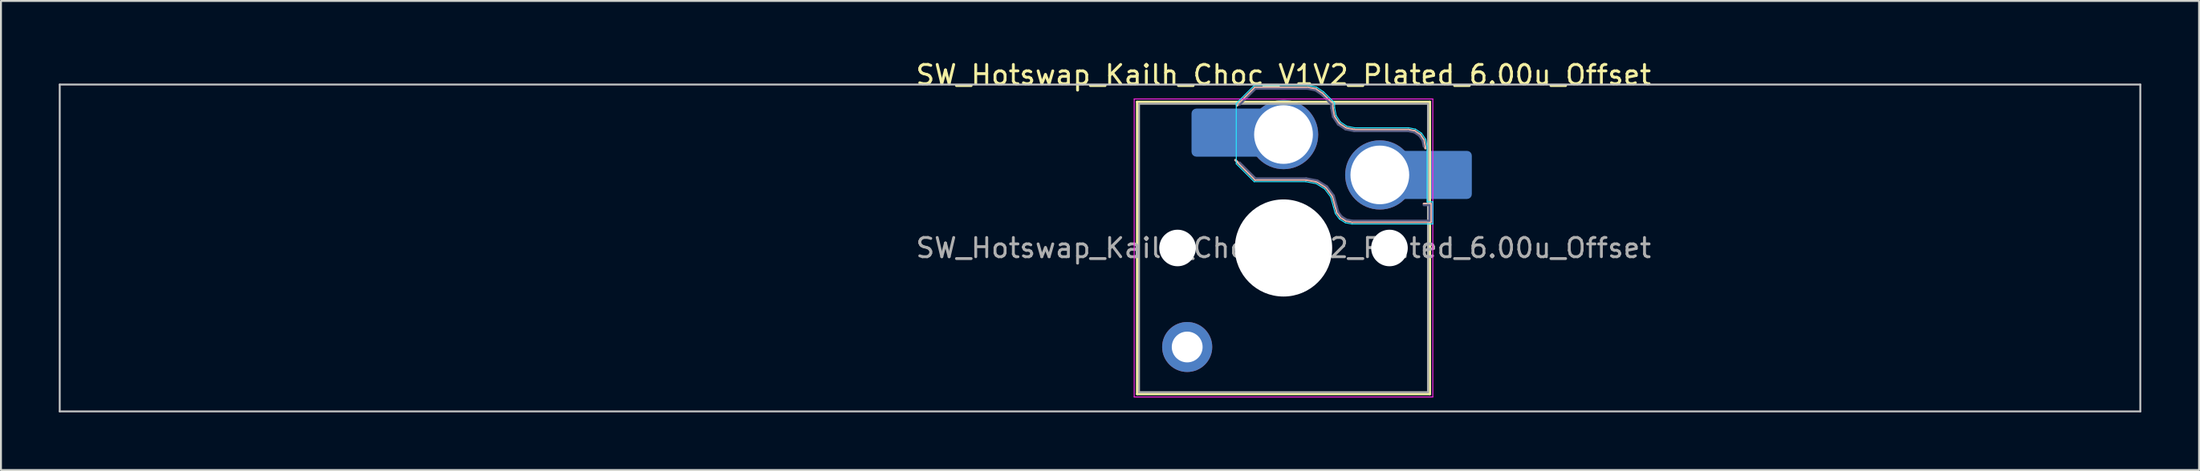
<source format=kicad_pcb>
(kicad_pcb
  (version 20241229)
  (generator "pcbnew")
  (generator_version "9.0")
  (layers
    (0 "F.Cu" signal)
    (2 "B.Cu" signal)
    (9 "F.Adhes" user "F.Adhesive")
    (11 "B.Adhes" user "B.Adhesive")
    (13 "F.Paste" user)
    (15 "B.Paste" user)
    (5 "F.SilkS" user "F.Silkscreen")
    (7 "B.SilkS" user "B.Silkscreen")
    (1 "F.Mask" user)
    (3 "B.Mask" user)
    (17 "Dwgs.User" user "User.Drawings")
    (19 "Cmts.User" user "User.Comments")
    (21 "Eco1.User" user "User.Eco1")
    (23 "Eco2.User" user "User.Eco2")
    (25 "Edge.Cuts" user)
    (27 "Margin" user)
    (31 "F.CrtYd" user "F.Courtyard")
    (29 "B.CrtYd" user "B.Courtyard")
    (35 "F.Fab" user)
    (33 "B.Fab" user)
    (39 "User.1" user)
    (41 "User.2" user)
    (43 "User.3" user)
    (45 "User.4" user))
  (footprint "SW_Hotswap_Kailh_Choc_V1V2_Plated_6.00u_Offset"
    (layer "F.Cu")
    (at 63.575 9.848)
    (property "Reference" "SW_Hotswap_Kailh_Choc_V1V2_Plated_6.00u_Offset" (at 0 -9 0) (layer "F.SilkS") (effects (font (size 1 1) (thickness 0.15))))
    (attr smd)
    (fp_line (start -7.6 -7.6) (end -7.6 7.6) (stroke (width 0.12) (type solid)) (layer "F.SilkS"))
    (fp_line (start -7.6 7.6) (end 7.6 7.6) (stroke (width 0.12) (type solid)) (layer "F.SilkS"))
    (fp_line (start 7.6 -7.6) (end -7.6 -7.6) (stroke (width 0.12) (type solid)) (layer "F.SilkS"))
    (fp_line (start 7.6 7.6) (end 7.6 -7.6) (stroke (width 0.12) (type solid)) (layer "F.SilkS"))
    (fp_line (start -2.416 -7.409) (end -1.479 -8.346) (stroke (width 0.12) (type solid)) (layer "B.SilkS"))
    (fp_line (start -1.479 -8.346) (end 1.268 -8.346) (stroke (width 0.12) (type solid)) (layer "B.SilkS"))
    (fp_line (start -1.479 -3.554) (end -2.5 -4.575) (stroke (width 0.12) (type solid)) (layer "B.SilkS"))
    (fp_line (start 1.168 -3.554) (end -1.479 -3.554) (stroke (width 0.12) (type solid)) (layer "B.SilkS"))
    (fp_line (start 1.268 -8.346) (end 1.671 -8.266) (stroke (width 0.12) (type solid)) (layer "B.SilkS"))
    (fp_line (start 1.671 -8.266) (end 2.013 -8.037) (stroke (width 0.12) (type solid)) (layer "B.SilkS"))
    (fp_line (start 1.73 -3.449) (end 1.168 -3.554) (stroke (width 0.12) (type solid)) (layer "B.SilkS"))
    (fp_line (start 2.013 -8.037) (end 2.546 -7.504) (stroke (width 0.12) (type solid)) (layer "B.SilkS"))
    (fp_line (start 2.209 -3.15) (end 1.73 -3.449) (stroke (width 0.12) (type solid)) (layer "B.SilkS"))
    (fp_line (start 2.546 -7.504) (end 2.546 -7.282) (stroke (width 0.12) (type solid)) (layer "B.SilkS"))
    (fp_line (start 2.546 -7.282) (end 2.633 -6.844) (stroke (width 0.12) (type solid)) (layer "B.SilkS"))
    (fp_line (start 2.547 -2.697) (end 2.209 -3.15) (stroke (width 0.12) (type solid)) (layer "B.SilkS"))
    (fp_line (start 2.633 -6.844) (end 2.877 -6.477) (stroke (width 0.12) (type solid)) (layer "B.SilkS"))
    (fp_line (start 2.701 -2.139) (end 2.547 -2.697) (stroke (width 0.12) (type solid)) (layer "B.SilkS"))
    (fp_line (start 2.783 -1.841) (end 2.701 -2.139) (stroke (width 0.12) (type solid)) (layer "B.SilkS"))
    (fp_line (start 2.877 -6.477) (end 3.244 -6.233) (stroke (width 0.12) (type solid)) (layer "B.SilkS"))
    (fp_line (start 2.976 -1.583) (end 2.783 -1.841) (stroke (width 0.12) (type solid)) (layer "B.SilkS"))
    (fp_line (start 3.244 -6.233) (end 3.682 -6.146) (stroke (width 0.12) (type solid)) (layer "B.SilkS"))
    (fp_line (start 3.25 -1.413) (end 2.976 -1.583) (stroke (width 0.12) (type solid)) (layer "B.SilkS"))
    (fp_line (start 3.56 -1.354) (end 3.25 -1.413) (stroke (width 0.12) (type solid)) (layer "B.SilkS"))
    (fp_line (start 3.682 -6.146) (end 6.482 -6.146) (stroke (width 0.12) (type solid)) (layer "B.SilkS"))
    (fp_line (start 6.482 -6.146) (end 6.809 -6.081) (stroke (width 0.12) (type solid)) (layer "B.SilkS"))
    (fp_line (start 6.809 -6.081) (end 7.092 -5.892) (stroke (width 0.12) (type solid)) (layer "B.SilkS"))
    (fp_line (start 7.092 -5.892) (end 7.281 -5.609) (stroke (width 0.12) (type solid)) (layer "B.SilkS"))
    (fp_line (start 7.281 -5.609) (end 7.366 -5.182) (stroke (width 0.12) (type solid)) (layer "B.SilkS"))
    (fp_line (start 7.283 -2.296) (end 7.646 -2.296) (stroke (width 0.12) (type solid)) (layer "B.SilkS"))
    (fp_line (start 7.646 -2.296) (end 7.646 -1.354) (stroke (width 0.12) (type solid)) (layer "B.SilkS"))
    (fp_line (start 7.646 -1.354) (end 3.56 -1.354) (stroke (width 0.12) (type solid)) (layer "B.SilkS"))
    (fp_line (start -63.525 -8.5) (end -63.525 8.5) (stroke (width 0.1) (type solid)) (layer "Dwgs.User"))
    (fp_line (start -63.525 8.5) (end 44.475 8.5) (stroke (width 0.1) (type solid)) (layer "Dwgs.User"))
    (fp_line (start 44.475 -8.5) (end -63.525 -8.5) (stroke (width 0.1) (type solid)) (layer "Dwgs.User"))
    (fp_line (start 44.475 8.5) (end 44.475 -8.5) (stroke (width 0.1) (type solid)) (layer "Dwgs.User"))
    (fp_line (start -7.25 -7.25) (end -7.25 7.25) (stroke (width 0.1) (type solid)) (layer "Eco1.User"))
    (fp_line (start -7.25 7.25) (end 7.25 7.25) (stroke (width 0.1) (type solid)) (layer "Eco1.User"))
    (fp_line (start 7.25 -7.25) (end -7.25 -7.25) (stroke (width 0.1) (type solid)) (layer "Eco1.User"))
    (fp_line (start 7.25 7.25) (end 7.25 -7.25) (stroke (width 0.1) (type solid)) (layer "Eco1.User"))
    (fp_line (start -2.452 -7.523) (end -1.523 -8.452) (stroke (width 0.05) (type solid)) (layer "B.CrtYd"))
    (fp_line (start -2.452 -4.377) (end -2.452 -7.523) (stroke (width 0.05) (type solid)) (layer "B.CrtYd"))
    (fp_line (start -1.523 -8.452) (end 1.278 -8.452) (stroke (width 0.05) (type solid)) (layer "B.CrtYd"))
    (fp_line (start -1.523 -3.448) (end -2.452 -4.377) (stroke (width 0.05) (type solid)) (layer "B.CrtYd"))
    (fp_line (start 1.159 -3.448) (end -1.523 -3.448) (stroke (width 0.05) (type solid)) (layer "B.CrtYd"))
    (fp_line (start 1.278 -8.452) (end 1.712 -8.366) (stroke (width 0.05) (type solid)) (layer "B.CrtYd"))
    (fp_line (start 1.691 -3.348) (end 1.159 -3.448) (stroke (width 0.05) (type solid)) (layer "B.CrtYd"))
    (fp_line (start 1.712 -8.366) (end 2.081 -8.119) (stroke (width 0.05) (type solid)) (layer "B.CrtYd"))
    (fp_line (start 2.081 -8.119) (end 2.652 -7.548) (stroke (width 0.05) (type solid)) (layer "B.CrtYd"))
    (fp_line (start 2.136 -3.071) (end 1.691 -3.348) (stroke (width 0.05) (type solid)) (layer "B.CrtYd"))
    (fp_line (start 2.45 -2.65) (end 2.136 -3.071) (stroke (width 0.05) (type solid)) (layer "B.CrtYd"))
    (fp_line (start 2.599 -2.111) (end 2.45 -2.65) (stroke (width 0.05) (type solid)) (layer "B.CrtYd"))
    (fp_line (start 2.652 -7.548) (end 2.652 -7.292) (stroke (width 0.05) (type solid)) (layer "B.CrtYd"))
    (fp_line (start 2.652 -7.292) (end 2.733 -6.885) (stroke (width 0.05) (type solid)) (layer "B.CrtYd"))
    (fp_line (start 2.687 -1.794) (end 2.599 -2.111) (stroke (width 0.05) (type solid)) (layer "B.CrtYd"))
    (fp_line (start 2.733 -6.885) (end 2.953 -6.553) (stroke (width 0.05) (type solid)) (layer "B.CrtYd"))
    (fp_line (start 2.903 -1.503) (end 2.687 -1.794) (stroke (width 0.05) (type solid)) (layer "B.CrtYd"))
    (fp_line (start 2.953 -6.553) (end 3.285 -6.333) (stroke (width 0.05) (type solid)) (layer "B.CrtYd"))
    (fp_line (start 3.211 -1.312) (end 2.903 -1.503) (stroke (width 0.05) (type solid)) (layer "B.CrtYd"))
    (fp_line (start 3.285 -6.333) (end 3.692 -6.252) (stroke (width 0.05) (type solid)) (layer "B.CrtYd"))
    (fp_line (start 3.55 -1.248) (end 3.211 -1.312) (stroke (width 0.05) (type solid)) (layer "B.CrtYd"))
    (fp_line (start 3.692 -6.252) (end 6.492 -6.252) (stroke (width 0.05) (type solid)) (layer "B.CrtYd"))
    (fp_line (start 6.492 -6.252) (end 6.85 -6.181) (stroke (width 0.05) (type solid)) (layer "B.CrtYd"))
    (fp_line (start 6.85 -6.181) (end 7.168 -5.968) (stroke (width 0.05) (type solid)) (layer "B.CrtYd"))
    (fp_line (start 7.168 -5.968) (end 7.381 -5.65) (stroke (width 0.05) (type solid)) (layer "B.CrtYd"))
    (fp_line (start 7.381 -5.65) (end 7.452 -5.292) (stroke (width 0.05) (type solid)) (layer "B.CrtYd"))
    (fp_line (start 7.452 -5.292) (end 7.452 -2.402) (stroke (width 0.05) (type solid)) (layer "B.CrtYd"))
    (fp_line (start 7.452 -2.402) (end 7.752 -2.402) (stroke (width 0.05) (type solid)) (layer "B.CrtYd"))
    (fp_line (start 7.752 -2.402) (end 7.752 -1.248) (stroke (width 0.05) (type solid)) (layer "B.CrtYd"))
    (fp_line (start 7.752 -1.248) (end 3.55 -1.248) (stroke (width 0.05) (type solid)) (layer "B.CrtYd"))
    (fp_line (start -7.75 -7.75) (end -7.75 7.75) (stroke (width 0.05) (type solid)) (layer "F.CrtYd"))
    (fp_line (start -7.75 7.75) (end 7.75 7.75) (stroke (width 0.05) (type solid)) (layer "F.CrtYd"))
    (fp_line (start 7.75 -7.75) (end -7.75 -7.75) (stroke (width 0.05) (type solid)) (layer "F.CrtYd"))
    (fp_line (start 7.75 7.75) (end 7.75 -7.75) (stroke (width 0.05) (type solid)) (layer "F.CrtYd"))
    (fp_line (start -2.275 -7.45) (end -1.45 -8.275) (stroke (width 0.1) (type solid)) (layer "B.Fab"))
    (fp_line (start -1.45 -8.275) (end 1.261 -8.275) (stroke (width 0.1) (type solid)) (layer "B.Fab"))
    (fp_line (start -1.45 -3.625) (end -2.275 -4.45) (stroke (width 0.1) (type solid)) (layer "B.Fab"))
    (fp_line (start 1.175 -3.625) (end -1.45 -3.625) (stroke (width 0.1) (type solid)) (layer "B.Fab"))
    (fp_line (start 1.261 -8.275) (end 1.643 -8.199) (stroke (width 0.1) (type solid)) (layer "B.Fab"))
    (fp_line (start 1.643 -8.199) (end 1.968 -7.982) (stroke (width 0.1) (type solid)) (layer "B.Fab"))
    (fp_line (start 1.756 -3.516) (end 1.175 -3.625) (stroke (width 0.1) (type solid)) (layer "B.Fab"))
    (fp_line (start 1.968 -7.982) (end 2.475 -7.475) (stroke (width 0.1) (type solid)) (layer "B.Fab"))
    (fp_line (start 2.258 -3.203) (end 1.756 -3.516) (stroke (width 0.1) (type solid)) (layer "B.Fab"))
    (fp_line (start 2.475 -7.475) (end 2.475 -7.275) (stroke (width 0.1) (type solid)) (layer "B.Fab"))
    (fp_line (start 2.475 -7.275) (end 2.566 -6.816) (stroke (width 0.1) (type solid)) (layer "B.Fab"))
    (fp_line (start 2.566 -6.816) (end 2.826 -6.426) (stroke (width 0.1) (type solid)) (layer "B.Fab"))
    (fp_line (start 2.612 -2.729) (end 2.258 -3.203) (stroke (width 0.1) (type solid)) (layer "B.Fab"))
    (fp_line (start 2.769 -2.158) (end 2.612 -2.729) (stroke (width 0.1) (type solid)) (layer "B.Fab"))
    (fp_line (start 2.826 -6.426) (end 3.216 -6.166) (stroke (width 0.1) (type solid)) (layer "B.Fab"))
    (fp_line (start 2.848 -1.873) (end 2.769 -2.158) (stroke (width 0.1) (type solid)) (layer "B.Fab"))
    (fp_line (start 3.025 -1.636) (end 2.848 -1.873) (stroke (width 0.1) (type solid)) (layer "B.Fab"))
    (fp_line (start 3.216 -6.166) (end 3.675 -6.075) (stroke (width 0.1) (type solid)) (layer "B.Fab"))
    (fp_line (start 3.276 -1.48) (end 3.025 -1.636) (stroke (width 0.1) (type solid)) (layer "B.Fab"))
    (fp_line (start 3.567 -1.425) (end 3.276 -1.48) (stroke (width 0.1) (type solid)) (layer "B.Fab"))
    (fp_line (start 3.675 -6.075) (end 6.475 -6.075) (stroke (width 0.1) (type solid)) (layer "B.Fab"))
    (fp_line (start 6.475 -6.075) (end 6.781 -6.014) (stroke (width 0.1) (type solid)) (layer "B.Fab"))
    (fp_line (start 6.781 -6.014) (end 7.041 -5.841) (stroke (width 0.1) (type solid)) (layer "B.Fab"))
    (fp_line (start 7.041 -5.841) (end 7.214 -5.581) (stroke (width 0.1) (type solid)) (layer "B.Fab"))
    (fp_line (start 7.214 -5.581) (end 7.275 -5.275) (stroke (width 0.1) (type solid)) (layer "B.Fab"))
    (fp_line (start 7.275 -2.225) (end 7.575 -2.225) (stroke (width 0.1) (type solid)) (layer "B.Fab"))
    (fp_line (start 7.575 -2.225) (end 7.575 -1.425) (stroke (width 0.1) (type solid)) (layer "B.Fab"))
    (fp_line (start 7.575 -1.425) (end 3.567 -1.425) (stroke (width 0.1) (type solid)) (layer "B.Fab"))
    (fp_line (start -7.5 -7.5) (end -7.5 7.5) (stroke (width 0.1) (type solid)) (layer "F.Fab"))
    (fp_line (start -7.5 7.5) (end 7.5 7.5) (stroke (width 0.1) (type solid)) (layer "F.Fab"))
    (fp_line (start 7.5 -7.5) (end -7.5 -7.5) (stroke (width 0.1) (type solid)) (layer "F.Fab"))
    (fp_line (start 7.5 7.5) (end 7.5 -7.5) (stroke (width 0.1) (type solid)) (layer "F.Fab"))
    (fp_text user "${REFERENCE}" (at 0 0 0) (layer "F.Fab") (effects (font (size 1 1) (thickness 0.15))))
    (pad "" np_thru_hole circle (at -5.5 0) (size 1.9 1.9) (drill 1.9) (layers "*.Cu" "*.Mask"))
    (pad "" smd circle (at -5 5.15) (size 1.65 1.65) (layers "F.Mask"))
    (pad "" thru_hole circle (at -5 5.15) (size 2.6 2.6) (drill 1.6) (layers "*.Cu" "B.Mask"))
    (pad "" smd roundrect (at -3.5 -6) (size 2.55 2.5) (layers "B.Mask" "B.Paste") (roundrect_rratio 0.1))
    (pad "" smd circle (at 0 -5.9) (size 3.1 3.1) (layers "F.Mask"))
    (pad "" np_thru_hole circle (at 0 0) (size 5.05 5.05) (drill 5.05) (layers "*.Cu" "*.Mask"))
    (pad "" smd circle (at 5 -3.8) (size 3.1 3.1) (layers "F.Mask"))
    (pad "" np_thru_hole circle (at 5.5 0) (size 1.9 1.9) (drill 1.9) (layers "*.Cu" "*.Mask"))
    (pad "" smd roundrect (at 8.5 -3.8) (size 2.55 2.5) (layers "B.Mask" "B.Paste") (roundrect_rratio 0.1))
    (pad "1" smd roundrect (at -2.85 -6) (size 3.85 2.5) (layers "B.Cu") (roundrect_rratio 0.1))
    (pad "1" thru_hole circle (at 0 -5.9) (size 3.6 3.6) (drill 3.05) (layers "*.Cu" "B.Mask"))
    (pad "2" thru_hole circle (at 5 -3.8) (size 3.6 3.6) (drill 3.05) (layers "*.Cu" "B.Mask"))
    (pad "2" smd roundrect (at 7.85 -3.8) (size 3.85 2.5) (layers "B.Cu") (roundrect_rratio 0.1)))
  (gr_rect
    (start -3 -3)
    (end 111.1 21.398)
    (stroke (width 0.1) (type default))
    (fill no)
    (layer "Edge.Cuts")))
</source>
